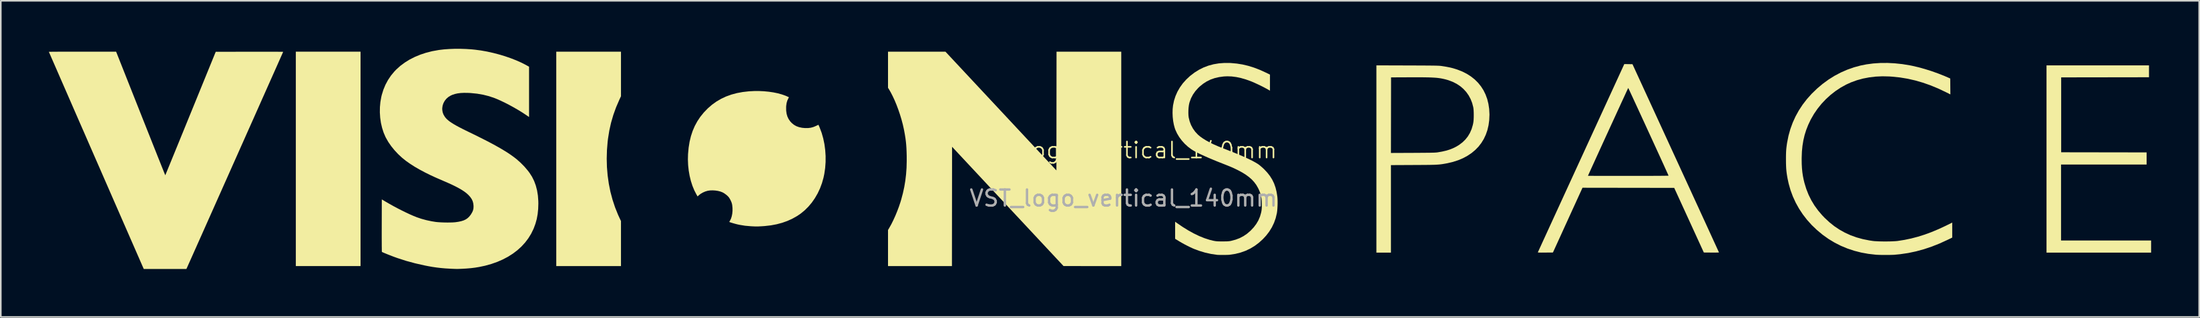
<source format=kicad_pcb>
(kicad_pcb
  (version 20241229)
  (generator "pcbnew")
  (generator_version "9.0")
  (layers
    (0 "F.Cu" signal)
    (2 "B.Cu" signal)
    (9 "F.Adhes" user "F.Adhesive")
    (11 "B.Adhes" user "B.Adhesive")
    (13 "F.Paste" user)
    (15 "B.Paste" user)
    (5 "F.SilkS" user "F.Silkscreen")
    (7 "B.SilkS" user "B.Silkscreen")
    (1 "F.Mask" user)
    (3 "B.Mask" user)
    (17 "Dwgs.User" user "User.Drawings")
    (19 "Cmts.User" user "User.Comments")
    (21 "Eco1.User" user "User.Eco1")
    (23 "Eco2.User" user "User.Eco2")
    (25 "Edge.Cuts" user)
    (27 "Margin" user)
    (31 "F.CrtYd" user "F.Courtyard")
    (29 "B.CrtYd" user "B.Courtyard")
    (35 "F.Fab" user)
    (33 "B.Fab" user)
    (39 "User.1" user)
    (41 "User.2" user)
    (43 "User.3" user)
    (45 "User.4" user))
  (footprint "VST_logo_vertical_140mm"
    (layer "F.Cu")
    (at 67.061 6.838)
    (property "Reference" "VST_logo_vertical_140mm" (at 0 -0.5 0) (unlocked yes) (layer "F.SilkS") (effects (font (size 1 1) (thickness 0.1))))
    (attr smd)
    (fp_poly (pts (xy -47.612 0.041) (xy -47.612 6.741) (xy -49.631 6.741) (xy -51.65 6.741) (xy -51.65 0.041) (xy -51.65 -6.659) (xy -49.631 -6.659) (xy -47.612 -6.659)) (stroke (width 0) (type solid)) (fill yes) (layer "F.SilkS"))
    (fp_poly (pts (xy 63.993 -5.431) (xy 63.993 -5.06) (xy 61.253 -5.056) (xy 58.513 -5.052) (xy 58.513 -2.711) (xy 58.513 -0.371) (xy 61.179 -0.367) (xy 63.845 -0.363) (xy 63.845 0.017) (xy 63.845 0.396) (xy 61.175 0.396) (xy 58.505 0.396) (xy 58.505 2.769) (xy 58.505 5.143) (xy 61.315 5.143) (xy 64.125 5.143) (xy 64.125 5.522) (xy 64.125 5.901) (xy 60.862 5.901) (xy 57.598 5.901) (xy 57.598 0.049) (xy 57.598 -5.802) (xy 60.796 -5.802) (xy 63.993 -5.802)) (stroke (width 0) (type solid)) (fill yes) (layer "F.SilkS"))
    (fp_poly (pts (xy -31.36 -5.266) (xy -31.36 -3.873) (xy -31.465 -3.647) (xy -31.668 -3.176) (xy -31.839 -2.7) (xy -31.979 -2.217) (xy -32.089 -1.724) (xy -32.17 -1.217) (xy -32.191 -1.047) (xy -32.235 -0.508) (xy -32.25 0.028) (xy -32.236 0.558) (xy -32.192 1.081) (xy -32.119 1.596) (xy -32.018 2.1) (xy -31.887 2.593) (xy -31.729 3.071) (xy -31.543 3.534) (xy -31.459 3.717) (xy -31.36 3.927) (xy -31.36 5.334) (xy -31.36 6.741) (xy -33.379 6.741) (xy -35.398 6.741) (xy -35.398 0.041) (xy -35.398 -6.659) (xy -33.379 -6.659) (xy -31.36 -6.659)) (stroke (width 0) (type solid)) (fill yes) (layer "F.SilkS"))
    (fp_poly (pts (xy -0.141 0.041) (xy -0.141 6.741) (xy -1.942 6.741) (xy -3.743 6.74) (xy -7.221 3.012) (xy -10.699 -0.715) (xy -10.703 3.013) (xy -10.707 6.741) (xy -12.701 6.741) (xy -14.696 6.741) (xy -14.696 5.614) (xy -14.696 4.486) (xy -14.621 4.359) (xy -14.492 4.129) (xy -14.365 3.873) (xy -14.24 3.599) (xy -14.123 3.314) (xy -14.015 3.026) (xy -13.919 2.741) (xy -13.873 2.586) (xy -13.767 2.189) (xy -13.682 1.798) (xy -13.617 1.408) (xy -13.57 1.011) (xy -13.54 0.602) (xy -13.529 0.175) (xy -13.53 -0.148) (xy -13.537 -0.403) (xy -13.547 -0.634) (xy -13.562 -0.848) (xy -13.582 -1.054) (xy -13.609 -1.259) (xy -13.643 -1.473) (xy -13.685 -1.703) (xy -13.708 -1.82) (xy -13.774 -2.115) (xy -13.855 -2.419) (xy -13.948 -2.726) (xy -14.051 -3.03) (xy -14.162 -3.327) (xy -14.28 -3.611) (xy -14.403 -3.876) (xy -14.528 -4.119) (xy -14.627 -4.29) (xy -14.696 -4.401) (xy -14.696 -5.53) (xy -14.696 -6.659) (xy -12.903 -6.658) (xy -11.111 -6.658) (xy -7.649 -2.948) (xy -4.188 0.762) (xy -4.184 -2.948) (xy -4.18 -6.659) (xy -2.16 -6.659) (xy -0.141 -6.659)) (stroke (width 0) (type solid)) (fill yes) (layer "F.SilkS"))
    (fp_poly (pts (xy 17.714 -5.797) (xy 18.012 -5.796) (xy 18.28 -5.795) (xy 18.518 -5.794) (xy 18.729 -5.793) (xy 18.915 -5.792) (xy 19.077 -5.791) (xy 19.218 -5.789) (xy 19.339 -5.788) (xy 19.443 -5.786) (xy 19.531 -5.784) (xy 19.605 -5.781) (xy 19.668 -5.779) (xy 19.72 -5.776) (xy 19.765 -5.772) (xy 19.803 -5.769) (xy 19.837 -5.764) (xy 19.844 -5.763) (xy 20.084 -5.726) (xy 20.299 -5.685) (xy 20.499 -5.639) (xy 20.691 -5.584) (xy 20.834 -5.538) (xy 21.141 -5.417) (xy 21.424 -5.273) (xy 21.683 -5.108) (xy 21.917 -4.922) (xy 22.125 -4.715) (xy 22.308 -4.488) (xy 22.465 -4.243) (xy 22.594 -3.978) (xy 22.697 -3.696) (xy 22.771 -3.397) (xy 22.818 -3.081) (xy 22.836 -2.75) (xy 22.836 -2.711) (xy 22.821 -2.376) (xy 22.778 -2.057) (xy 22.707 -1.755) (xy 22.608 -1.47) (xy 22.483 -1.203) (xy 22.33 -0.954) (xy 22.152 -0.723) (xy 21.947 -0.513) (xy 21.718 -0.322) (xy 21.464 -0.152) (xy 21.186 -0.002) (xy 20.885 0.125) (xy 20.56 0.23) (xy 20.212 0.313) (xy 20.132 0.328) (xy 20.048 0.343) (xy 19.971 0.356) (xy 19.898 0.368) (xy 19.826 0.378) (xy 19.753 0.387) (xy 19.677 0.394) (xy 19.593 0.4) (xy 19.501 0.405) (xy 19.397 0.41) (xy 19.279 0.413) (xy 19.144 0.416) (xy 18.989 0.418) (xy 18.812 0.42) (xy 18.61 0.421) (xy 18.381 0.423) (xy 18.121 0.424) (xy 18.093 0.424) (xy 16.688 0.431) (xy 16.688 3.166) (xy 16.688 5.901) (xy 16.234 5.901) (xy 15.781 5.901) (xy 15.781 0.049) (xy 15.781 -0.328) (xy 16.688 -0.328) (xy 18.06 -0.334) (xy 18.313 -0.335) (xy 18.536 -0.337) (xy 18.73 -0.338) (xy 18.898 -0.34) (xy 19.043 -0.341) (xy 19.166 -0.343) (xy 19.269 -0.346) (xy 19.355 -0.348) (xy 19.427 -0.351) (xy 19.486 -0.355) (xy 19.535 -0.358) (xy 19.576 -0.363) (xy 19.605 -0.367) (xy 19.876 -0.414) (xy 20.119 -0.47) (xy 20.339 -0.536) (xy 20.542 -0.615) (xy 20.731 -0.706) (xy 20.913 -0.814) (xy 20.947 -0.836) (xy 21.154 -0.993) (xy 21.335 -1.17) (xy 21.49 -1.367) (xy 21.619 -1.584) (xy 21.722 -1.821) (xy 21.798 -2.078) (xy 21.824 -2.2) (xy 21.839 -2.302) (xy 21.849 -2.426) (xy 21.855 -2.566) (xy 21.856 -2.712) (xy 21.854 -2.856) (xy 21.848 -2.991) (xy 21.837 -3.108) (xy 21.825 -3.187) (xy 21.756 -3.452) (xy 21.659 -3.699) (xy 21.535 -3.929) (xy 21.386 -4.139) (xy 21.211 -4.33) (xy 21.013 -4.5) (xy 20.791 -4.647) (xy 20.548 -4.771) (xy 20.284 -4.871) (xy 20.19 -4.9) (xy 20.091 -4.927) (xy 19.995 -4.951) (xy 19.9 -4.971) (xy 19.803 -4.99) (xy 19.701 -5.005) (xy 19.593 -5.019) (xy 19.475 -5.03) (xy 19.346 -5.038) (xy 19.201 -5.045) (xy 19.04 -5.051) (xy 18.858 -5.054) (xy 18.655 -5.057) (xy 18.427 -5.058) (xy 18.171 -5.058) (xy 17.885 -5.057) (xy 17.833 -5.057) (xy 16.696 -5.052) (xy 16.692 -2.69) (xy 16.688 -0.328) (xy 15.781 -0.328) (xy 15.781 -5.803)) (stroke (width 0) (type solid)) (fill yes) (layer "F.SilkS"))
    (fp_poly (pts (xy -22.431 -4.184) (xy -22.13 -4.155) (xy -21.841 -4.112) (xy -21.567 -4.055) (xy -21.315 -3.985) (xy -21.087 -3.904) (xy -20.997 -3.865) (xy -20.878 -3.81) (xy -20.917 -3.739) (xy -20.982 -3.597) (xy -21.026 -3.443) (xy -21.05 -3.271) (xy -21.054 -3.198) (xy -21.052 -2.981) (xy -21.026 -2.785) (xy -20.976 -2.609) (xy -20.901 -2.45) (xy -20.801 -2.305) (xy -20.713 -2.209) (xy -20.577 -2.095) (xy -20.424 -2.006) (xy -20.251 -1.942) (xy -20.057 -1.901) (xy -19.871 -1.884) (xy -19.682 -1.885) (xy -19.512 -1.906) (xy -19.353 -1.949) (xy -19.197 -2.014) (xy -19.189 -2.018) (xy -19.127 -2.048) (xy -19.076 -2.072) (xy -19.045 -2.086) (xy -19.037 -2.089) (xy -19.03 -2.073) (xy -19.012 -2.033) (xy -18.987 -1.975) (xy -18.96 -1.912) (xy -18.837 -1.585) (xy -18.739 -1.24) (xy -18.664 -0.88) (xy -18.615 -0.511) (xy -18.59 -0.136) (xy -18.591 0.24) (xy -18.618 0.612) (xy -18.671 0.977) (xy -18.72 1.211) (xy -18.817 1.556) (xy -18.94 1.887) (xy -19.088 2.201) (xy -19.259 2.497) (xy -19.452 2.774) (xy -19.666 3.028) (xy -19.9 3.26) (xy -20.151 3.465) (xy -20.366 3.611) (xy -20.663 3.778) (xy -20.973 3.92) (xy -21.3 4.036) (xy -21.644 4.128) (xy -22.007 4.196) (xy -22.391 4.24) (xy -22.571 4.252) (xy -22.684 4.258) (xy -22.775 4.263) (xy -22.852 4.265) (xy -22.924 4.265) (xy -22.999 4.264) (xy -23.085 4.26) (xy -23.191 4.255) (xy -23.263 4.251) (xy -23.618 4.22) (xy -23.964 4.163) (xy -24.058 4.143) (xy -24.13 4.126) (xy -24.212 4.105) (xy -24.299 4.081) (xy -24.385 4.056) (xy -24.464 4.032) (xy -24.53 4.011) (xy -24.577 3.994) (xy -24.6 3.983) (xy -24.602 3.981) (xy -24.594 3.965) (xy -24.573 3.929) (xy -24.553 3.895) (xy -24.493 3.772) (xy -24.447 3.625) (xy -24.415 3.462) (xy -24.399 3.29) (xy -24.4 3.114) (xy -24.417 2.942) (xy -24.436 2.845) (xy -24.463 2.757) (xy -24.506 2.657) (xy -24.557 2.557) (xy -24.611 2.469) (xy -24.626 2.448) (xy -24.698 2.366) (xy -24.793 2.283) (xy -24.899 2.206) (xy -25.007 2.142) (xy -25.022 2.134) (xy -25.153 2.083) (xy -25.306 2.044) (xy -25.472 2.019) (xy -25.64 2.009) (xy -25.803 2.014) (xy -25.951 2.036) (xy -25.953 2.036) (xy -26.103 2.081) (xy -26.25 2.145) (xy -26.384 2.223) (xy -26.498 2.311) (xy -26.522 2.334) (xy -26.578 2.39) (xy -26.648 2.271) (xy -26.783 2.011) (xy -26.9 1.727) (xy -26.998 1.422) (xy -27.076 1.101) (xy -27.134 0.768) (xy -27.17 0.426) (xy -27.184 0.079) (xy -27.175 -0.269) (xy -27.174 -0.271) (xy -27.138 -0.661) (xy -27.079 -1.03) (xy -26.995 -1.378) (xy -26.887 -1.706) (xy -26.754 -2.015) (xy -26.595 -2.308) (xy -26.411 -2.585) (xy -26.199 -2.847) (xy -26.18 -2.868) (xy -25.937 -3.12) (xy -25.678 -3.344) (xy -25.403 -3.542) (xy -25.112 -3.712) (xy -24.803 -3.857) (xy -24.476 -3.976) (xy -24.13 -4.069) (xy -23.763 -4.137) (xy -23.376 -4.181) (xy -23.052 -4.198) (xy -22.74 -4.199)) (stroke (width 0) (type solid)) (fill yes) (layer "F.SilkS"))
    (fp_poly (pts (xy 48.137 -5.93) (xy 48.601 -5.881) (xy 49.066 -5.805) (xy 49.212 -5.776) (xy 49.599 -5.686) (xy 50.001 -5.575) (xy 50.41 -5.447) (xy 50.817 -5.302) (xy 51.214 -5.146) (xy 51.427 -5.054) (xy 51.59 -4.982) (xy 51.594 -4.485) (xy 51.599 -3.988) (xy 51.306 -4.135) (xy 50.825 -4.362) (xy 50.35 -4.558) (xy 49.878 -4.723) (xy 49.408 -4.859) (xy 48.936 -4.967) (xy 48.459 -5.046) (xy 47.975 -5.097) (xy 47.782 -5.11) (xy 47.357 -5.12) (xy 46.941 -5.101) (xy 46.536 -5.053) (xy 46.144 -4.978) (xy 45.766 -4.874) (xy 45.403 -4.742) (xy 45.101 -4.605) (xy 44.761 -4.417) (xy 44.434 -4.2) (xy 44.123 -3.957) (xy 43.83 -3.69) (xy 43.558 -3.401) (xy 43.31 -3.093) (xy 43.087 -2.768) (xy 42.892 -2.429) (xy 42.874 -2.394) (xy 42.726 -2.081) (xy 42.602 -1.766) (xy 42.502 -1.447) (xy 42.425 -1.119) (xy 42.369 -0.778) (xy 42.334 -0.419) (xy 42.32 -0.039) (xy 42.319 0.074) (xy 42.323 0.362) (xy 42.337 0.625) (xy 42.361 0.872) (xy 42.396 1.11) (xy 42.444 1.347) (xy 42.491 1.542) (xy 42.606 1.919) (xy 42.748 2.28) (xy 42.918 2.624) (xy 43.117 2.954) (xy 43.346 3.269) (xy 43.605 3.573) (xy 43.76 3.734) (xy 44.054 4.007) (xy 44.36 4.251) (xy 44.682 4.466) (xy 45.019 4.654) (xy 45.372 4.815) (xy 45.744 4.949) (xy 46.134 5.057) (xy 46.545 5.139) (xy 46.752 5.17) (xy 46.859 5.182) (xy 46.993 5.19) (xy 47.147 5.197) (xy 47.314 5.201) (xy 47.49 5.203) (xy 47.667 5.202) (xy 47.84 5.199) (xy 48.001 5.194) (xy 48.146 5.186) (xy 48.267 5.176) (xy 48.318 5.17) (xy 48.74 5.103) (xy 49.158 5.015) (xy 49.574 4.906) (xy 49.992 4.774) (xy 50.416 4.618) (xy 50.849 4.437) (xy 51.295 4.23) (xy 51.454 4.152) (xy 51.714 4.022) (xy 51.714 4.491) (xy 51.714 4.961) (xy 51.429 5.099) (xy 50.931 5.327) (xy 50.438 5.523) (xy 49.946 5.688) (xy 49.455 5.822) (xy 48.962 5.926) (xy 48.466 5.999) (xy 48.13 6.032) (xy 48.032 6.038) (xy 47.908 6.042) (xy 47.765 6.045) (xy 47.612 6.046) (xy 47.456 6.046) (xy 47.303 6.044) (xy 47.161 6.041) (xy 47.039 6.036) (xy 46.95 6.031) (xy 46.484 5.978) (xy 46.033 5.896) (xy 45.595 5.784) (xy 45.173 5.643) (xy 44.766 5.474) (xy 44.374 5.275) (xy 43.998 5.048) (xy 43.639 4.792) (xy 43.609 4.769) (xy 43.263 4.48) (xy 42.943 4.173) (xy 42.652 3.849) (xy 42.389 3.508) (xy 42.154 3.152) (xy 41.948 2.781) (xy 41.771 2.396) (xy 41.623 1.996) (xy 41.506 1.583) (xy 41.437 1.261) (xy 41.408 1.094) (xy 41.384 0.941) (xy 41.367 0.795) (xy 41.354 0.648) (xy 41.346 0.493) (xy 41.341 0.321) (xy 41.339 0.126) (xy 41.339 0.082) (xy 41.339 -0.102) (xy 41.342 -0.261) (xy 41.347 -0.402) (xy 41.355 -0.531) (xy 41.367 -0.656) (xy 41.383 -0.784) (xy 41.403 -0.922) (xy 41.414 -0.989) (xy 41.499 -1.414) (xy 41.615 -1.827) (xy 41.761 -2.227) (xy 41.937 -2.614) (xy 42.143 -2.987) (xy 42.378 -3.346) (xy 42.643 -3.69) (xy 42.936 -4.019) (xy 42.952 -4.035) (xy 43.285 -4.357) (xy 43.633 -4.65) (xy 43.996 -4.915) (xy 44.372 -5.151) (xy 44.762 -5.357) (xy 45.164 -5.533) (xy 45.577 -5.679) (xy 46.001 -5.794) (xy 46.365 -5.866) (xy 46.788 -5.922) (xy 47.227 -5.951) (xy 47.678 -5.954)) (stroke (width 0) (type solid)) (fill yes) (layer "F.SilkS"))
    (fp_poly (pts (xy -61.334 -2.794) (xy -61.199 -2.452) (xy -61.066 -2.119) (xy -60.938 -1.794) (xy -60.813 -1.481) (xy -60.693 -1.179) (xy -60.579 -0.891) (xy -60.47 -0.617) (xy -60.367 -0.359) (xy -60.272 -0.118) (xy -60.183 0.104) (xy -60.102 0.306) (xy -60.03 0.488) (xy -59.966 0.647) (xy -59.912 0.782) (xy -59.868 0.893) (xy -59.833 0.977) (xy -59.81 1.034) (xy -59.798 1.062) (xy -59.797 1.065) (xy -59.79 1.049) (xy -59.772 1.004) (xy -59.742 0.932) (xy -59.701 0.832) (xy -59.65 0.707) (xy -59.589 0.558) (xy -59.519 0.387) (xy -59.44 0.194) (xy -59.353 -0.02) (xy -59.258 -0.252) (xy -59.156 -0.502) (xy -59.047 -0.769) (xy -58.932 -1.05) (xy -58.812 -1.345) (xy -58.686 -1.653) (xy -58.556 -1.972) (xy -58.422 -2.301) (xy -58.285 -2.638) (xy -58.22 -2.796) (xy -56.649 -6.651) (xy -54.545 -6.655) (xy -54.285 -6.655) (xy -54.034 -6.656) (xy -53.794 -6.656) (xy -53.567 -6.656) (xy -53.355 -6.655) (xy -53.161 -6.655) (xy -52.985 -6.655) (xy -52.831 -6.654) (xy -52.699 -6.653) (xy -52.593 -6.652) (xy -52.513 -6.651) (xy -52.462 -6.65) (xy -52.442 -6.648) (xy -52.441 -6.648) (xy -52.448 -6.633) (xy -52.467 -6.589) (xy -52.499 -6.516) (xy -52.543 -6.418) (xy -52.598 -6.293) (xy -52.664 -6.145) (xy -52.74 -5.973) (xy -52.826 -5.779) (xy -52.921 -5.565) (xy -53.025 -5.331) (xy -53.138 -5.078) (xy -53.258 -4.808) (xy -53.385 -4.522) (xy -53.519 -4.221) (xy -53.659 -3.906) (xy -53.805 -3.578) (xy -53.955 -3.239) (xy -54.111 -2.889) (xy -54.27 -2.53) (xy -54.434 -2.163) (xy -54.6 -1.79) (xy -54.769 -1.41) (xy -54.939 -1.026) (xy -55.112 -0.639) (xy -55.285 -0.249) (xy -55.459 0.142) (xy -55.633 0.532) (xy -55.806 0.922) (xy -55.978 1.309) (xy -56.149 1.692) (xy -56.317 2.071) (xy -56.483 2.443) (xy -56.646 2.809) (xy -56.805 3.167) (xy -56.96 3.515) (xy -57.11 3.852) (xy -57.255 4.178) (xy -57.394 4.491) (xy -57.527 4.79) (xy -57.654 5.074) (xy -57.773 5.341) (xy -57.884 5.591) (xy -57.987 5.822) (xy -58.081 6.033) (xy -58.166 6.224) (xy -58.241 6.392) (xy -58.306 6.537) (xy -58.36 6.657) (xy -58.402 6.752) (xy -58.432 6.82) (xy -58.45 6.859) (xy -58.455 6.869) (xy -58.48 6.923) (xy -59.809 6.923) (xy -61.139 6.923) (xy -61.156 6.886) (xy -61.167 6.861) (xy -61.19 6.807) (xy -61.226 6.727) (xy -61.273 6.619) (xy -61.331 6.487) (xy -61.399 6.33) (xy -61.477 6.151) (xy -61.565 5.95) (xy -61.662 5.728) (xy -61.767 5.488) (xy -61.88 5.229) (xy -62.001 4.953) (xy -62.128 4.661) (xy -62.262 4.354) (xy -62.402 4.034) (xy -62.547 3.702) (xy -62.697 3.358) (xy -62.851 3.005) (xy -63.01 2.642) (xy -63.171 2.272) (xy -63.335 1.896) (xy -63.502 1.514) (xy -63.671 1.127) (xy -63.84 0.738) (xy -64.011 0.347) (xy -64.182 -0.044) (xy -64.353 -0.436) (xy -64.523 -0.825) (xy -64.691 -1.212) (xy -64.858 -1.595) (xy -65.023 -1.972) (xy -65.185 -2.343) (xy -65.344 -2.707) (xy -65.499 -3.062) (xy -65.649 -3.408) (xy -65.795 -3.742) (xy -65.935 -4.064) (xy -66.07 -4.373) (xy -66.198 -4.667) (xy -66.32 -4.946) (xy -66.434 -5.208) (xy -66.54 -5.452) (xy -66.638 -5.677) (xy -66.727 -5.881) (xy -66.807 -6.064) (xy -66.877 -6.224) (xy -66.936 -6.361) (xy -66.985 -6.473) (xy -67.022 -6.558) (xy -67.047 -6.616) (xy -67.06 -6.646) (xy -67.061 -6.649) (xy -67.045 -6.651) (xy -66.998 -6.652) (xy -66.922 -6.653) (xy -66.819 -6.654) (xy -66.69 -6.655) (xy -66.539 -6.656) (xy -66.366 -6.657) (xy -66.173 -6.657) (xy -65.964 -6.658) (xy -65.739 -6.658) (xy -65.501 -6.659) (xy -65.251 -6.659) (xy -64.992 -6.659) (xy -64.963 -6.659) (xy -62.865 -6.659)) (stroke (width 0) (type solid)) (fill yes) (layer "F.SilkS"))
    (fp_poly (pts (xy 31.505 -5.88) (xy 31.761 -5.876) (xy 34.459 0) (xy 34.651 0.418) (xy 34.839 0.828) (xy 35.024 1.23) (xy 35.204 1.622) (xy 35.379 2.003) (xy 35.548 2.373) (xy 35.712 2.73) (xy 35.87 3.073) (xy 36.02 3.402) (xy 36.164 3.715) (xy 36.3 4.011) (xy 36.427 4.289) (xy 36.546 4.549) (xy 36.656 4.789) (xy 36.756 5.008) (xy 36.846 5.205) (xy 36.926 5.379) (xy 36.995 5.53) (xy 37.052 5.655) (xy 37.098 5.755) (xy 37.131 5.828) (xy 37.151 5.873) (xy 37.158 5.889) (xy 37.158 5.889) (xy 37.143 5.892) (xy 37.098 5.894) (xy 37.029 5.896) (xy 36.939 5.897) (xy 36.833 5.898) (xy 36.714 5.897) (xy 36.686 5.897) (xy 36.213 5.893) (xy 35.289 3.873) (xy 34.365 1.854) (xy 31.504 1.85) (xy 28.642 1.846) (xy 28.294 2.608) (xy 28.23 2.75) (xy 28.154 2.916) (xy 28.068 3.104) (xy 27.974 3.309) (xy 27.875 3.527) (xy 27.772 3.753) (xy 27.668 3.982) (xy 27.563 4.211) (xy 27.461 4.435) (xy 27.372 4.632) (xy 26.797 5.893) (xy 26.323 5.897) (xy 26.185 5.898) (xy 26.077 5.899) (xy 25.996 5.898) (xy 25.937 5.897) (xy 25.897 5.895) (xy 25.872 5.891) (xy 25.861 5.886) (xy 25.858 5.879) (xy 25.859 5.872) (xy 25.867 5.855) (xy 25.888 5.81) (xy 25.922 5.736) (xy 25.968 5.635) (xy 26.026 5.509) (xy 26.095 5.357) (xy 26.175 5.182) (xy 26.266 4.984) (xy 26.367 4.764) (xy 26.477 4.523) (xy 26.596 4.263) (xy 26.724 3.984) (xy 26.86 3.687) (xy 27.004 3.373) (xy 27.155 3.044) (xy 27.313 2.7) (xy 27.476 2.343) (xy 27.646 1.973) (xy 27.821 1.591) (xy 28.001 1.199) (xy 28.047 1.099) (xy 28.984 1.099) (xy 29 1.1) (xy 29.047 1.1) (xy 29.124 1.101) (xy 29.228 1.101) (xy 29.359 1.102) (xy 29.513 1.102) (xy 29.689 1.103) (xy 29.886 1.103) (xy 30.102 1.103) (xy 30.334 1.104) (xy 30.582 1.104) (xy 30.843 1.104) (xy 31.115 1.104) (xy 31.397 1.104) (xy 31.497 1.104) (xy 31.783 1.104) (xy 32.059 1.104) (xy 32.324 1.104) (xy 32.576 1.103) (xy 32.814 1.102) (xy 33.036 1.102) (xy 33.239 1.101) (xy 33.423 1.1) (xy 33.585 1.099) (xy 33.724 1.097) (xy 33.837 1.096) (xy 33.924 1.095) (xy 33.982 1.093) (xy 34.009 1.092) (xy 34.011 1.091) (xy 34.004 1.074) (xy 33.985 1.029) (xy 33.953 0.957) (xy 33.91 0.862) (xy 33.856 0.743) (xy 33.793 0.604) (xy 33.722 0.446) (xy 33.642 0.271) (xy 33.555 0.08) (xy 33.462 -0.124) (xy 33.363 -0.34) (xy 33.26 -0.565) (xy 33.153 -0.799) (xy 33.043 -1.039) (xy 32.931 -1.284) (xy 32.817 -1.531) (xy 32.703 -1.779) (xy 32.59 -2.027) (xy 32.478 -2.271) (xy 32.367 -2.511) (xy 32.26 -2.744) (xy 32.156 -2.97) (xy 32.057 -3.185) (xy 31.963 -3.389) (xy 31.875 -3.578) (xy 31.795 -3.753) (xy 31.722 -3.91) (xy 31.658 -4.048) (xy 31.603 -4.166) (xy 31.559 -4.26) (xy 31.525 -4.33) (xy 31.504 -4.374) (xy 31.496 -4.39) (xy 31.496 -4.39) (xy 31.488 -4.375) (xy 31.468 -4.332) (xy 31.435 -4.263) (xy 31.391 -4.169) (xy 31.337 -4.052) (xy 31.274 -3.914) (xy 31.202 -3.757) (xy 31.121 -3.583) (xy 31.034 -3.394) (xy 30.941 -3.19) (xy 30.842 -2.975) (xy 30.739 -2.75) (xy 30.632 -2.516) (xy 30.522 -2.276) (xy 30.41 -2.032) (xy 30.296 -1.784) (xy 30.183 -1.536) (xy 30.069 -1.288) (xy 29.957 -1.043) (xy 29.847 -0.802) (xy 29.74 -0.568) (xy 29.637 -0.342) (xy 29.538 -0.125) (xy 29.445 0.08) (xy 29.358 0.271) (xy 29.278 0.447) (xy 29.205 0.606) (xy 29.142 0.746) (xy 29.088 0.865) (xy 29.044 0.962) (xy 29.012 1.034) (xy 28.991 1.081) (xy 28.984 1.099) (xy 28.984 1.099) (xy 28.047 1.099) (xy 28.185 0.797) (xy 28.374 0.386) (xy 28.56 -0.02) (xy 31.25 -5.884)) (stroke (width 0) (type solid)) (fill yes) (layer "F.SilkS"))
    (fp_poly (pts (xy 6.653 -5.951) (xy 6.701 -5.948) (xy 7.07 -5.915) (xy 7.432 -5.857) (xy 7.789 -5.772) (xy 8.148 -5.66) (xy 8.511 -5.52) (xy 8.854 -5.364) (xy 9.139 -5.226) (xy 9.139 -4.723) (xy 9.139 -4.221) (xy 8.994 -4.305) (xy 8.865 -4.376) (xy 8.714 -4.456) (xy 8.55 -4.538) (xy 8.381 -4.619) (xy 8.216 -4.695) (xy 8.065 -4.762) (xy 7.968 -4.802) (xy 7.643 -4.92) (xy 7.334 -5.01) (xy 7.038 -5.073) (xy 6.753 -5.11) (xy 6.477 -5.12) (xy 6.262 -5.11) (xy 5.967 -5.071) (xy 5.691 -5.007) (xy 5.434 -4.917) (xy 5.193 -4.799) (xy 4.967 -4.653) (xy 4.753 -4.479) (xy 4.663 -4.393) (xy 4.483 -4.192) (xy 4.334 -3.979) (xy 4.214 -3.751) (xy 4.125 -3.511) (xy 4.101 -3.422) (xy 4.077 -3.3) (xy 4.059 -3.156) (xy 4.049 -3) (xy 4.046 -2.843) (xy 4.051 -2.695) (xy 4.064 -2.567) (xy 4.068 -2.546) (xy 4.126 -2.305) (xy 4.214 -2.074) (xy 4.331 -1.856) (xy 4.473 -1.656) (xy 4.641 -1.476) (xy 4.648 -1.469) (xy 4.789 -1.351) (xy 4.96 -1.23) (xy 5.158 -1.107) (xy 5.381 -0.985) (xy 5.625 -0.865) (xy 5.889 -0.749) (xy 6.081 -0.671) (xy 6.205 -0.622) (xy 6.345 -0.567) (xy 6.489 -0.511) (xy 6.623 -0.458) (xy 6.699 -0.429) (xy 6.975 -0.318) (xy 7.236 -0.209) (xy 7.481 -0.103) (xy 7.706 -0.000245) (xy 7.911 0.098) (xy 8.092 0.19) (xy 8.247 0.276) (xy 8.375 0.354) (xy 8.43 0.391) (xy 8.499 0.444) (xy 8.582 0.514) (xy 8.67 0.591) (xy 8.754 0.669) (xy 8.778 0.692) (xy 8.974 0.902) (xy 9.141 1.116) (xy 9.28 1.339) (xy 9.394 1.574) (xy 9.483 1.825) (xy 9.55 2.095) (xy 9.597 2.388) (xy 9.601 2.421) (xy 9.61 2.539) (xy 9.615 2.679) (xy 9.615 2.832) (xy 9.61 2.991) (xy 9.602 3.145) (xy 9.59 3.287) (xy 9.574 3.408) (xy 9.568 3.443) (xy 9.495 3.748) (xy 9.392 4.039) (xy 9.259 4.317) (xy 9.096 4.582) (xy 8.903 4.834) (xy 8.7 5.054) (xy 8.451 5.281) (xy 8.187 5.479) (xy 7.909 5.647) (xy 7.616 5.786) (xy 7.307 5.896) (xy 6.982 5.978) (xy 6.641 6.031) (xy 6.625 6.033) (xy 6.561 6.038) (xy 6.472 6.042) (xy 6.367 6.044) (xy 6.253 6.046) (xy 6.138 6.046) (xy 6.03 6.045) (xy 5.936 6.043) (xy 5.864 6.04) (xy 5.842 6.038) (xy 5.468 5.984) (xy 5.091 5.9) (xy 4.717 5.787) (xy 4.419 5.676) (xy 4.283 5.618) (xy 4.128 5.545) (xy 3.963 5.463) (xy 3.795 5.375) (xy 3.634 5.286) (xy 3.487 5.2) (xy 3.456 5.181) (xy 3.221 5.037) (xy 3.221 4.503) (xy 3.221 3.969) (xy 3.308 4.032) (xy 3.674 4.284) (xy 4.032 4.506) (xy 4.38 4.699) (xy 4.719 4.863) (xy 5.047 4.996) (xy 5.365 5.099) (xy 5.591 5.155) (xy 5.662 5.169) (xy 5.724 5.18) (xy 5.782 5.188) (xy 5.844 5.194) (xy 5.917 5.197) (xy 6.006 5.199) (xy 6.119 5.199) (xy 6.18 5.199) (xy 6.309 5.199) (xy 6.411 5.198) (xy 6.492 5.195) (xy 6.559 5.19) (xy 6.617 5.183) (xy 6.674 5.174) (xy 6.725 5.163) (xy 7 5.089) (xy 7.253 4.992) (xy 7.488 4.869) (xy 7.708 4.719) (xy 7.917 4.54) (xy 7.932 4.526) (xy 8.124 4.322) (xy 8.284 4.109) (xy 8.415 3.886) (xy 8.515 3.651) (xy 8.587 3.403) (xy 8.605 3.312) (xy 8.62 3.213) (xy 8.629 3.098) (xy 8.633 2.96) (xy 8.634 2.876) (xy 8.627 2.666) (xy 8.606 2.478) (xy 8.57 2.303) (xy 8.516 2.132) (xy 8.441 1.955) (xy 8.392 1.856) (xy 8.285 1.67) (xy 8.157 1.497) (xy 8.008 1.334) (xy 7.834 1.18) (xy 7.634 1.033) (xy 7.406 0.891) (xy 7.156 0.756) (xy 7.063 0.71) (xy 6.98 0.669) (xy 6.902 0.632) (xy 6.825 0.596) (xy 6.744 0.561) (xy 6.654 0.523) (xy 6.551 0.481) (xy 6.43 0.432) (xy 6.286 0.375) (xy 6.171 0.33) (xy 5.858 0.206) (xy 5.566 0.086) (xy 5.296 -0.028) (xy 5.049 -0.137) (xy 4.827 -0.239) (xy 4.631 -0.334) (xy 4.463 -0.421) (xy 4.324 -0.5) (xy 4.235 -0.557) (xy 4.018 -0.72) (xy 3.817 -0.905) (xy 3.636 -1.106) (xy 3.476 -1.322) (xy 3.342 -1.546) (xy 3.236 -1.776) (xy 3.197 -1.886) (xy 3.14 -2.099) (xy 3.097 -2.332) (xy 3.07 -2.577) (xy 3.06 -2.826) (xy 3.066 -3.069) (xy 3.09 -3.297) (xy 3.151 -3.596) (xy 3.244 -3.884) (xy 3.367 -4.162) (xy 3.52 -4.427) (xy 3.701 -4.679) (xy 3.912 -4.916) (xy 4.15 -5.138) (xy 4.16 -5.146) (xy 4.427 -5.351) (xy 4.706 -5.526) (xy 4.996 -5.671) (xy 5.3 -5.786) (xy 5.616 -5.871) (xy 5.947 -5.927) (xy 6.292 -5.953)) (stroke (width 0) (type solid)) (fill yes) (layer "F.SilkS"))
    (fp_poly (pts (xy -41.018 -6.826) (xy -40.666 -6.802) (xy -40.458 -6.781) (xy -40.091 -6.732) (xy -39.716 -6.665) (xy -39.339 -6.581) (xy -38.963 -6.483) (xy -38.594 -6.372) (xy -38.238 -6.249) (xy -37.898 -6.116) (xy -37.58 -5.975) (xy -37.289 -5.826) (xy -37.244 -5.801) (xy -37.096 -5.717) (xy -37.096 -4.146) (xy -37.096 -2.575) (xy -37.314 -2.723) (xy -37.55 -2.877) (xy -37.803 -3.032) (xy -38.065 -3.183) (xy -38.331 -3.329) (xy -38.594 -3.464) (xy -38.849 -3.587) (xy -39.09 -3.694) (xy -39.242 -3.756) (xy -39.591 -3.875) (xy -39.96 -3.968) (xy -40.345 -4.034) (xy -40.746 -4.074) (xy -40.912 -4.082) (xy -41.152 -4.085) (xy -41.366 -4.075) (xy -41.557 -4.051) (xy -41.73 -4.012) (xy -41.888 -3.959) (xy -41.984 -3.915) (xy -42.131 -3.826) (xy -42.257 -3.715) (xy -42.36 -3.586) (xy -42.439 -3.442) (xy -42.491 -3.287) (xy -42.514 -3.126) (xy -42.512 -3.021) (xy -42.488 -2.871) (xy -42.437 -2.733) (xy -42.36 -2.6) (xy -42.303 -2.525) (xy -42.236 -2.451) (xy -42.154 -2.377) (xy -42.058 -2.3) (xy -41.943 -2.221) (xy -41.809 -2.136) (xy -41.654 -2.046) (xy -41.475 -1.949) (xy -41.27 -1.843) (xy -41.038 -1.727) (xy -40.894 -1.657) (xy -40.519 -1.475) (xy -40.173 -1.303) (xy -39.854 -1.142) (xy -39.56 -0.99) (xy -39.291 -0.846) (xy -39.044 -0.709) (xy -38.818 -0.579) (xy -38.612 -0.455) (xy -38.422 -0.335) (xy -38.249 -0.219) (xy -38.09 -0.105) (xy -37.943 0.006) (xy -37.872 0.063) (xy -37.625 0.282) (xy -37.391 0.519) (xy -37.179 0.767) (xy -37.067 0.915) (xy -36.909 1.162) (xy -36.778 1.428) (xy -36.674 1.711) (xy -36.596 2.013) (xy -36.544 2.335) (xy -36.519 2.675) (xy -36.516 2.834) (xy -36.527 3.175) (xy -36.56 3.496) (xy -36.616 3.801) (xy -36.697 4.093) (xy -36.802 4.379) (xy -36.819 4.419) (xy -36.966 4.72) (xy -37.141 5.004) (xy -37.343 5.271) (xy -37.571 5.52) (xy -37.825 5.751) (xy -38.104 5.963) (xy -38.406 6.155) (xy -38.732 6.327) (xy -39.079 6.479) (xy -39.448 6.609) (xy -39.837 6.718) (xy -40.211 6.797) (xy -40.464 6.839) (xy -40.726 6.871) (xy -41.006 6.895) (xy -41.202 6.906) (xy -41.327 6.912) (xy -41.433 6.916) (xy -41.525 6.919) (xy -41.613 6.919) (xy -41.704 6.918) (xy -41.807 6.914) (xy -41.93 6.909) (xy -42.024 6.904) (xy -42.317 6.887) (xy -42.591 6.863) (xy -42.857 6.832) (xy -43.125 6.793) (xy -43.406 6.743) (xy -43.623 6.7) (xy -44.205 6.568) (xy -44.762 6.417) (xy -45.298 6.244) (xy -45.392 6.211) (xy -45.486 6.177) (xy -45.591 6.138) (xy -45.701 6.095) (xy -45.814 6.051) (xy -45.924 6.008) (xy -46.027 5.966) (xy -46.118 5.928) (xy -46.193 5.896) (xy -46.247 5.872) (xy -46.277 5.857) (xy -46.28 5.854) (xy -46.282 5.836) (xy -46.284 5.788) (xy -46.285 5.711) (xy -46.286 5.607) (xy -46.288 5.48) (xy -46.288 5.331) (xy -46.289 5.162) (xy -46.29 4.976) (xy -46.29 4.775) (xy -46.29 4.561) (xy -46.289 4.337) (xy -46.289 4.208) (xy -46.285 2.575) (xy -46.071 2.702) (xy -45.816 2.85) (xy -45.554 2.996) (xy -45.29 3.137) (xy -45.028 3.271) (xy -44.773 3.396) (xy -44.531 3.509) (xy -44.305 3.608) (xy -44.101 3.689) (xy -44.09 3.694) (xy -43.805 3.79) (xy -43.499 3.873) (xy -43.18 3.941) (xy -42.931 3.981) (xy -42.813 3.994) (xy -42.672 4.004) (xy -42.515 4.012) (xy -42.349 4.017) (xy -42.181 4.019) (xy -42.021 4.017) (xy -41.874 4.013) (xy -41.748 4.005) (xy -41.694 4) (xy -41.495 3.971) (xy -41.324 3.934) (xy -41.177 3.887) (xy -41.051 3.828) (xy -40.941 3.754) (xy -40.843 3.664) (xy -40.754 3.555) (xy -40.705 3.483) (xy -40.635 3.361) (xy -40.589 3.246) (xy -40.565 3.13) (xy -40.56 3.002) (xy -40.561 2.969) (xy -40.578 2.819) (xy -40.615 2.684) (xy -40.674 2.557) (xy -40.759 2.433) (xy -40.872 2.305) (xy -40.879 2.299) (xy -40.986 2.2) (xy -41.114 2.1) (xy -41.266 1.998) (xy -41.443 1.893) (xy -41.645 1.784) (xy -41.875 1.67) (xy -42.135 1.551) (xy -42.424 1.426) (xy -42.444 1.417) (xy -42.861 1.237) (xy -43.247 1.059) (xy -43.603 0.883) (xy -43.93 0.708) (xy -44.229 0.535) (xy -44.503 0.36) (xy -44.753 0.185) (xy -44.769 0.174) (xy -45.027 -0.034) (xy -45.271 -0.261) (xy -45.496 -0.503) (xy -45.7 -0.755) (xy -45.879 -1.014) (xy -46.028 -1.275) (xy -46.053 -1.323) (xy -46.173 -1.602) (xy -46.268 -1.9) (xy -46.34 -2.211) (xy -46.386 -2.533) (xy -46.407 -2.86) (xy -46.403 -3.189) (xy -46.373 -3.515) (xy -46.316 -3.834) (xy -46.287 -3.956) (xy -46.185 -4.285) (xy -46.056 -4.595) (xy -45.899 -4.888) (xy -45.715 -5.162) (xy -45.503 -5.418) (xy -45.388 -5.538) (xy -45.135 -5.767) (xy -44.857 -5.975) (xy -44.556 -6.162) (xy -44.233 -6.327) (xy -43.888 -6.471) (xy -43.525 -6.591) (xy -43.143 -6.688) (xy -42.745 -6.76) (xy -42.716 -6.765) (xy -42.409 -6.801) (xy -42.078 -6.825) (xy -41.732 -6.838) (xy -41.376 -6.838)) (stroke (width 0) (type solid)) (fill yes) (layer "F.SilkS"))
    (fp_text user "${REFERENCE}" (at 0 2.5 0) (unlocked yes) (layer "F.Fab") (effects (font (size 1 1) (thickness 0.15)))))
  (gr_rect
    (start -3 -3)
    (end 134.187 16.761)
    (stroke (width 0.1) (type default))
    (fill no)
    (layer "Edge.Cuts")))
</source>
